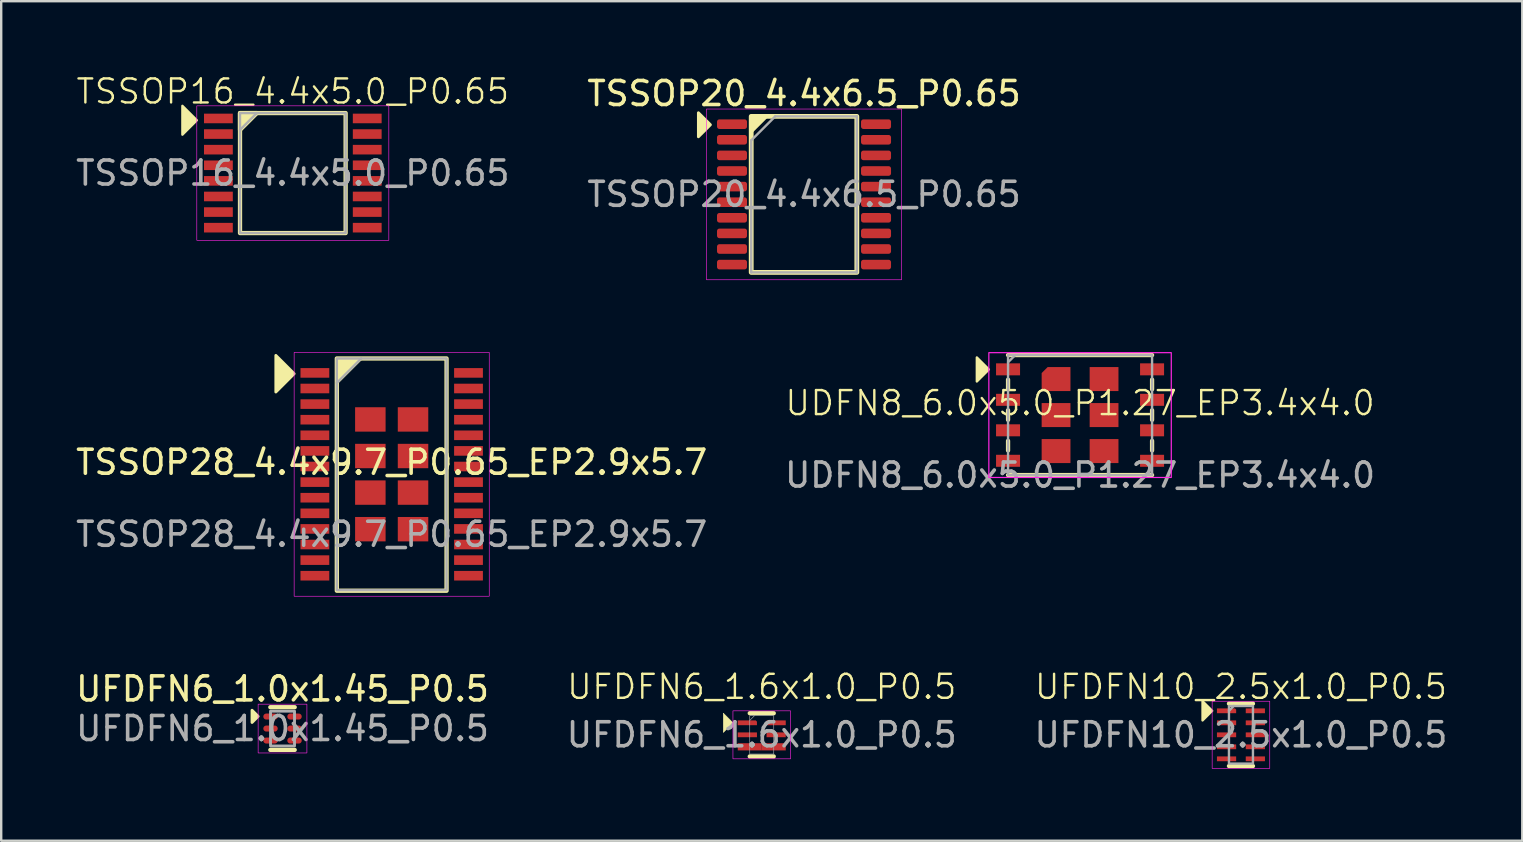
<source format=kicad_pcb>
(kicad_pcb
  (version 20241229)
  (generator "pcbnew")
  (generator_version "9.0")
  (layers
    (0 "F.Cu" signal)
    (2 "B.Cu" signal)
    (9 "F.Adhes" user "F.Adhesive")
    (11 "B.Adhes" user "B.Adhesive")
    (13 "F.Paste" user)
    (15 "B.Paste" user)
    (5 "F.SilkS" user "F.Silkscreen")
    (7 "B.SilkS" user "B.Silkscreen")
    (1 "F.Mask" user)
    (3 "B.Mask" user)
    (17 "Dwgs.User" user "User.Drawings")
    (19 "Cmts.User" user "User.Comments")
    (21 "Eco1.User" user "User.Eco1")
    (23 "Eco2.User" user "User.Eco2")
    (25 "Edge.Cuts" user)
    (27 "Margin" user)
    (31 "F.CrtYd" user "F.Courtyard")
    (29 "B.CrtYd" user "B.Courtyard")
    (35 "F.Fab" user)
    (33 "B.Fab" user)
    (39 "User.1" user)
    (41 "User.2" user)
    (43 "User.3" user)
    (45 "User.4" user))
  (footprint "UFDFN6_1.6x1.0_P0.5"
    (layer "F.Cu")
    (at 28.685 27.563)
    (property "Reference" "UFDFN6_1.6x1.0_P0.5" (at 0 -2 0) (unlocked yes) (layer "F.SilkS") (effects (font (size 1 1) (thickness 0.1))))
    (attr smd)
    (fp_line (start -0.5 -0.9) (end 0.5 -0.9) (stroke (width 0.178) (type default)) (layer "F.SilkS"))
    (fp_line (start 0.5 0.9) (end -0.5 0.9) (stroke (width 0.178) (type default)) (layer "F.SilkS"))
    (fp_poly (pts (xy -1.2 -0.5) (xy -1.6 -0.9) (xy -1.6 -0.1)) (stroke (width 0.025) (type solid)) (fill yes) (layer "F.SilkS"))
    (fp_rect (start -1.2 -1) (end 1.2 1) (stroke (width 0.025) (type default)) (fill no) (layer "F.CrtYd"))
    (fp_line (start -0.5 -0.6) (end -0.3 -0.8) (stroke (width 0.025) (type default)) (layer "F.Fab"))
    (fp_rect (start -0.5 -0.8) (end 0.5 0.8) (stroke (width 0.025) (type default)) (fill no) (layer "F.Fab"))
    (fp_text user "${REFERENCE}" (at 0 0 0) (unlocked yes) (layer "F.Fab") (effects (font (size 1 1) (thickness 0.15))))
    (pad "1" smd roundrect (at -0.6 -0.5) (size 0.8 0.2) (layers "F.Cu" "F.Mask" "F.Paste") (roundrect_rratio 0) (chamfer_ratio 0.25) (chamfer top_right))
    (pad "2" smd rect (at -0.6 0) (size 0.8 0.2) (layers "F.Cu" "F.Mask" "F.Paste"))
    (pad "3" smd rect (at -0.5 0.5) (size 1 0.3) (layers "F.Cu" "F.Mask" "F.Paste"))
    (pad "4" smd rect (at 0.5 0.5) (size 1 0.3) (layers "F.Cu" "F.Mask" "F.Paste"))
    (pad "5" smd rect (at 0.6 0) (size 0.8 0.2) (layers "F.Cu" "F.Mask" "F.Paste"))
    (pad "6" smd rect (at 0.6 -0.5) (size 0.8 0.2) (layers "F.Cu" "F.Mask" "F.Paste")))
  (footprint "TSSOP28_4.4x9.7_P0.65_EP2.9x5.7"
    (layer "F.Cu")
    (at 13.268 16.71)
    (property "Reference" "TSSOP28_4.4x9.7_P0.65_EP2.9x5.7" (at 0 -0.5 0) (unlocked yes) (layer "F.SilkS") (effects (font (size 1 1) (thickness 0.15))))
    (attr smd)
    (fp_rect (start -2.286 -4.826) (end 2.286 4.85) (stroke (width 0.178) (type solid)) (fill no) (layer "F.SilkS"))
    (fp_poly (pts (xy -4.064 -4.191) (xy -4.826 -3.429) (xy -4.826 -4.953)) (stroke (width 0.12) (type solid)) (fill yes) (layer "F.SilkS"))
    (fp_poly (pts (xy -2.286 -3.81) (xy -2.286 -4.826) (xy -1.27 -4.826)) (stroke (width 0.12) (type solid)) (fill yes) (layer "F.SilkS"))
    (fp_rect (start -4.064 -5.08) (end 4.064 5.08) (stroke (width 0.025) (type solid)) (fill no) (layer "F.CrtYd"))
    (fp_line (start -2.286 -3.81) (end -1.27 -4.826) (stroke (width 0.1) (type solid)) (layer "F.Fab"))
    (fp_rect (start -2.286 -4.826) (end 2.286 4.826) (stroke (width 0.1) (type solid)) (fill no) (layer "F.Fab"))
    (fp_text user "${REFERENCE}" (at 0 2.5 0) (unlocked yes) (layer "F.Fab") (effects (font (size 1 1) (thickness 0.15))))
    (pad "1" smd rect (at -3.2 -4.225) (size 1.2 0.4) (layers "F.Cu" "F.Mask" "F.Paste"))
    (pad "2" smd rect (at -3.2 -3.575) (size 1.2 0.4) (layers "F.Cu" "F.Mask" "F.Paste"))
    (pad "3" smd rect (at -3.2 -2.925) (size 1.2 0.4) (layers "F.Cu" "F.Mask" "F.Paste"))
    (pad "4" smd rect (at -3.2 -2.275) (size 1.2 0.4) (layers "F.Cu" "F.Mask" "F.Paste"))
    (pad "5" smd rect (at -3.2 -1.625) (size 1.2 0.4) (layers "F.Cu" "F.Mask" "F.Paste"))
    (pad "6" smd rect (at -3.2 -0.975) (size 1.2 0.4) (layers "F.Cu" "F.Mask" "F.Paste"))
    (pad "7" smd rect (at -3.2 -0.325) (size 1.2 0.4) (layers "F.Cu" "F.Mask" "F.Paste"))
    (pad "8" smd rect (at -3.2 0.325) (size 1.2 0.4) (layers "F.Cu" "F.Mask" "F.Paste"))
    (pad "9" smd rect (at -3.2 0.975) (size 1.2 0.4) (layers "F.Cu" "F.Mask" "F.Paste"))
    (pad "10" smd rect (at -3.2 1.625) (size 1.2 0.4) (layers "F.Cu" "F.Mask" "F.Paste"))
    (pad "11" smd rect (at -3.2 2.275) (size 1.2 0.4) (layers "F.Cu" "F.Mask" "F.Paste"))
    (pad "12" smd rect (at -3.2 2.925) (size 1.2 0.4) (layers "F.Cu" "F.Mask" "F.Paste"))
    (pad "13" smd rect (at -3.2 3.575) (size 1.2 0.4) (layers "F.Cu" "F.Mask" "F.Paste"))
    (pad "14" smd rect (at -3.2 4.225) (size 1.2 0.4) (layers "F.Cu" "F.Mask" "F.Paste"))
    (pad "15" smd rect (at 3.2 4.225) (size 1.2 0.4) (layers "F.Cu" "F.Mask" "F.Paste"))
    (pad "16" smd rect (at 3.2 3.575) (size 1.2 0.4) (layers "F.Cu" "F.Mask" "F.Paste"))
    (pad "17" smd rect (at 3.2 2.925) (size 1.2 0.4) (layers "F.Cu" "F.Mask" "F.Paste"))
    (pad "18" smd rect (at 3.2 2.275) (size 1.2 0.4) (layers "F.Cu" "F.Mask" "F.Paste"))
    (pad "19" smd rect (at 3.2 1.625) (size 1.2 0.4) (layers "F.Cu" "F.Mask" "F.Paste"))
    (pad "20" smd rect (at 3.2 0.975) (size 1.2 0.4) (layers "F.Cu" "F.Mask" "F.Paste"))
    (pad "21" smd rect (at 3.2 0.325) (size 1.2 0.4) (layers "F.Cu" "F.Mask" "F.Paste"))
    (pad "22" smd rect (at 3.2 -0.325) (size 1.2 0.4) (layers "F.Cu" "F.Mask" "F.Paste"))
    (pad "23" smd rect (at 3.2 -0.975) (size 1.2 0.4) (layers "F.Cu" "F.Mask" "F.Paste"))
    (pad "24" smd rect (at 3.2 -1.625) (size 1.2 0.4) (layers "F.Cu" "F.Mask" "F.Paste"))
    (pad "25" smd rect (at 3.2 -2.275) (size 1.2 0.4) (layers "F.Cu" "F.Mask" "F.Paste"))
    (pad "26" smd rect (at 3.2 -2.925) (size 1.2 0.4) (layers "F.Cu" "F.Mask" "F.Paste"))
    (pad "27" smd rect (at 3.2 -3.575) (size 1.2 0.4) (layers "F.Cu" "F.Mask" "F.Paste"))
    (pad "28" smd rect (at 3.2 -4.225) (size 1.2 0.4) (layers "F.Cu" "F.Mask" "F.Paste"))
    (pad "29" smd rect (at -0.889 -2.286) (size 1.27 1.016) (layers "F.Cu" "F.Mask" "F.Paste"))
    (pad "29" smd rect (at -0.889 -0.762) (size 1.27 1.016) (layers "F.Cu" "F.Mask" "F.Paste"))
    (pad "29" smd rect (at -0.889 0.762) (size 1.27 1.016) (layers "F.Cu" "F.Mask" "F.Paste"))
    (pad "29" smd rect (at -0.889 2.286) (size 1.27 1.016) (layers "F.Cu" "F.Mask" "F.Paste"))
    (pad "29" smd rect (at 0.889 -2.286) (size 1.27 1.016) (layers "F.Cu" "F.Mask" "F.Paste"))
    (pad "29" smd rect (at 0.889 -0.762) (size 1.27 1.016) (layers "F.Cu" "F.Mask" "F.Paste"))
    (pad "29" smd rect (at 0.889 0.762) (size 1.27 1.016) (layers "F.Cu" "F.Mask" "F.Paste"))
    (pad "29" smd rect (at 0.889 2.286) (size 1.27 1.016) (layers "F.Cu" "F.Mask" "F.Paste")))
  (footprint "TSSOP20_4.4x6.5_P0.65"
    (layer "F.Cu")
    (at 30.446 5.048)
    (property "Reference" "TSSOP20_4.4x6.5_P0.65" (at 0 -4.2 0) (layer "F.SilkS") (effects (font (size 1 1) (thickness 0.15))))
    (attr smd)
    (fp_rect (start -2.2 3.25) (end 2.2 -3.25) (stroke (width 0.2) (type solid)) (fill no) (layer "F.SilkS"))
    (fp_poly (pts (xy -3.9 -2.9) (xy -4.4 -2.4) (xy -4.4 -3.4)) (stroke (width 0.12) (type solid)) (fill yes) (layer "F.SilkS"))
    (fp_poly (pts (xy -2.2 -2.6) (xy -2.2 -3.2) (xy -1.6 -3.2)) (stroke (width 0.12) (type solid)) (fill yes) (layer "F.SilkS"))
    (fp_rect (start -4.064 -3.556) (end 4.064 3.556) (stroke (width 0.025) (type solid)) (fill no) (layer "F.CrtYd"))
    (fp_line (start -2.2 -2.25) (end -1.2 -3.25) (stroke (width 0.1) (type solid)) (layer "F.Fab"))
    (fp_line (start -2.2 3.25) (end -2.2 -2.25) (stroke (width 0.1) (type solid)) (layer "F.Fab"))
    (fp_line (start -1.2 -3.25) (end 2.2 -3.25) (stroke (width 0.1) (type solid)) (layer "F.Fab"))
    (fp_line (start 2.2 -3.25) (end 2.2 3.25) (stroke (width 0.1) (type solid)) (layer "F.Fab"))
    (fp_line (start 2.2 3.25) (end -2.2 3.25) (stroke (width 0.1) (type solid)) (layer "F.Fab"))
    (fp_text user "${REFERENCE}" (at 0 0 0) (layer "F.Fab") (effects (font (size 1 1) (thickness 0.15))))
    (pad "1" smd roundrect (at -3 -2.925) (size 1.25 0.4) (layers "F.Cu" "F.Mask" "F.Paste") (roundrect_rratio 0.25))
    (pad "2" smd roundrect (at -3 -2.275) (size 1.25 0.4) (layers "F.Cu" "F.Mask" "F.Paste") (roundrect_rratio 0.25))
    (pad "3" smd roundrect (at -3 -1.625) (size 1.25 0.4) (layers "F.Cu" "F.Mask" "F.Paste") (roundrect_rratio 0.25))
    (pad "4" smd roundrect (at -3 -0.975) (size 1.25 0.4) (layers "F.Cu" "F.Mask" "F.Paste") (roundrect_rratio 0.25))
    (pad "5" smd roundrect (at -3 -0.325) (size 1.25 0.4) (layers "F.Cu" "F.Mask" "F.Paste") (roundrect_rratio 0.25))
    (pad "6" smd roundrect (at -3 0.325) (size 1.25 0.4) (layers "F.Cu" "F.Mask" "F.Paste") (roundrect_rratio 0.25))
    (pad "7" smd roundrect (at -3 0.975) (size 1.25 0.4) (layers "F.Cu" "F.Mask" "F.Paste") (roundrect_rratio 0.25))
    (pad "8" smd roundrect (at -3 1.625) (size 1.25 0.4) (layers "F.Cu" "F.Mask" "F.Paste") (roundrect_rratio 0.25))
    (pad "9" smd roundrect (at -3 2.275) (size 1.25 0.4) (layers "F.Cu" "F.Mask" "F.Paste") (roundrect_rratio 0.25))
    (pad "10" smd roundrect (at -3 2.925) (size 1.25 0.4) (layers "F.Cu" "F.Mask" "F.Paste") (roundrect_rratio 0.25))
    (pad "11" smd roundrect (at 3 2.925) (size 1.25 0.4) (layers "F.Cu" "F.Mask" "F.Paste") (roundrect_rratio 0.25))
    (pad "12" smd roundrect (at 3 2.275) (size 1.25 0.4) (layers "F.Cu" "F.Mask" "F.Paste") (roundrect_rratio 0.25))
    (pad "13" smd roundrect (at 3 1.625) (size 1.25 0.4) (layers "F.Cu" "F.Mask" "F.Paste") (roundrect_rratio 0.25))
    (pad "14" smd roundrect (at 3 0.975) (size 1.25 0.4) (layers "F.Cu" "F.Mask" "F.Paste") (roundrect_rratio 0.25))
    (pad "15" smd roundrect (at 3 0.325) (size 1.25 0.4) (layers "F.Cu" "F.Mask" "F.Paste") (roundrect_rratio 0.25))
    (pad "16" smd roundrect (at 3 -0.325) (size 1.25 0.4) (layers "F.Cu" "F.Mask" "F.Paste") (roundrect_rratio 0.25))
    (pad "17" smd roundrect (at 3 -0.975) (size 1.25 0.4) (layers "F.Cu" "F.Mask" "F.Paste") (roundrect_rratio 0.25))
    (pad "18" smd roundrect (at 3 -1.625) (size 1.25 0.4) (layers "F.Cu" "F.Mask" "F.Paste") (roundrect_rratio 0.25))
    (pad "19" smd roundrect (at 3 -2.275) (size 1.25 0.4) (layers "F.Cu" "F.Mask" "F.Paste") (roundrect_rratio 0.25))
    (pad "20" smd roundrect (at 3 -2.925) (size 1.25 0.4) (layers "F.Cu" "F.Mask" "F.Paste") (roundrect_rratio 0.25)))
  (footprint "UFDFN6_1.0x1.45_P0.5"
    (layer "F.Cu")
    (at 8.72 27.302)
    (property "Reference" "UFDFN6_1.0x1.45_P0.5" (at 0 -1.651 0) (unlocked yes) (layer "F.SilkS") (effects (font (size 1 1) (thickness 0.15))))
    (attr smd)
    (fp_line (start -0.508 -0.889) (end 0.508 -0.889) (stroke (width 0.178) (type solid)) (layer "F.SilkS"))
    (fp_line (start -0.508 0.889) (end 0.508 0.889) (stroke (width 0.178) (type solid)) (layer "F.SilkS"))
    (fp_poly (pts (xy -1.016 -0.508) (xy -1.27 -0.254) (xy -1.27 -0.762)) (stroke (width 0.12) (type solid)) (fill yes) (layer "F.SilkS"))
    (fp_rect (start -1.016 -1.016) (end 1.016 1.016) (stroke (width 0.025) (type solid)) (fill no) (layer "F.CrtYd"))
    (fp_rect (start -0.5 -0.725) (end 0.5 0.725) (stroke (width 0.12) (type solid)) (fill no) (layer "F.Fab"))
    (fp_text user "${REFERENCE}" (at 0 0 0) (unlocked yes) (layer "F.Fab") (effects (font (size 1 1) (thickness 0.15))))
    (pad "1" smd oval (at -0.5 -0.5) (size 0.6 0.25) (layers "F.Cu" "F.Mask" "F.Paste"))
    (pad "2" smd oval (at -0.5 0) (size 0.6 0.25) (layers "F.Cu" "F.Mask" "F.Paste"))
    (pad "3" smd oval (at -0.5 0.5) (size 0.6 0.25) (layers "F.Cu" "F.Mask" "F.Paste"))
    (pad "4" smd oval (at 0.5 0.5) (size 0.6 0.25) (layers "F.Cu" "F.Mask" "F.Paste"))
    (pad "5" smd oval (at 0.5 0) (size 0.6 0.25) (layers "F.Cu" "F.Mask" "F.Paste"))
    (pad "6" smd oval (at 0.5 -0.5) (size 0.6 0.25) (layers "F.Cu" "F.Mask" "F.Paste")))
  (footprint "TSSOP16_4.4x5.0_P0.65"
    (layer "F.Cu")
    (at 9.149 4.16)
    (property "Reference" "TSSOP16_4.4x5.0_P0.65" (at 0 -3.4 0) (unlocked yes) (layer "F.SilkS") (effects (font (size 1 1) (thickness 0.1))))
    (attr smd)
    (fp_rect (start -2.2 -2.5) (end 2.2 2.5) (stroke (width 0.178) (type default)) (fill no) (layer "F.SilkS"))
    (fp_poly (pts (xy -4 -2.2) (xy -4.6 -2.8) (xy -4.6 -1.6)) (stroke (width 0.1) (type solid)) (fill yes) (layer "F.SilkS"))
    (fp_poly (pts (xy -2.2 -2.5) (xy -1.5 -2.5) (xy -2.2 -1.8)) (stroke (width 0.178) (type solid)) (fill yes) (layer "F.SilkS"))
    (fp_rect (start -4 -2.8) (end 4 2.8) (stroke (width 0.025) (type default)) (fill no) (layer "F.CrtYd"))
    (fp_line (start -2.2 -1.8) (end -1.5 -2.5) (stroke (width 0.1) (type default)) (layer "F.Fab"))
    (fp_rect (start -2.2 -2.5) (end 2.2 2.5) (stroke (width 0.1) (type default)) (fill no) (layer "F.Fab"))
    (fp_text user "${REFERENCE}" (at 0 0 0) (unlocked yes) (layer "F.Fab") (effects (font (size 1 1) (thickness 0.15))))
    (pad "1" smd rect (at -3.1 -2.275) (size 1.2 0.4) (layers "F.Cu" "F.Mask" "F.Paste"))
    (pad "2" smd rect (at -3.1 -1.625) (size 1.2 0.4) (layers "F.Cu" "F.Mask" "F.Paste"))
    (pad "3" smd rect (at -3.1 -0.975) (size 1.2 0.4) (layers "F.Cu" "F.Mask" "F.Paste"))
    (pad "4" smd rect (at -3.1 -0.325) (size 1.2 0.4) (layers "F.Cu" "F.Mask" "F.Paste"))
    (pad "5" smd rect (at -3.1 0.325) (size 1.2 0.4) (layers "F.Cu" "F.Mask" "F.Paste"))
    (pad "6" smd rect (at -3.1 0.975) (size 1.2 0.4) (layers "F.Cu" "F.Mask" "F.Paste"))
    (pad "7" smd rect (at -3.1 1.625) (size 1.2 0.4) (layers "F.Cu" "F.Mask" "F.Paste"))
    (pad "8" smd rect (at -3.1 2.275) (size 1.2 0.4) (layers "F.Cu" "F.Mask" "F.Paste"))
    (pad "9" smd rect (at 3.1 2.275) (size 1.2 0.4) (layers "F.Cu" "F.Mask" "F.Paste"))
    (pad "10" smd rect (at 3.1 1.625) (size 1.2 0.4) (layers "F.Cu" "F.Mask" "F.Paste"))
    (pad "11" smd rect (at 3.1 0.975) (size 1.2 0.4) (layers "F.Cu" "F.Mask" "F.Paste"))
    (pad "12" smd rect (at 3.1 0.325) (size 1.2 0.4) (layers "F.Cu" "F.Mask" "F.Paste"))
    (pad "13" smd rect (at 3.1 -0.325) (size 1.2 0.4) (layers "F.Cu" "F.Mask" "F.Paste"))
    (pad "14" smd rect (at 3.1 -0.975) (size 1.2 0.4) (layers "F.Cu" "F.Mask" "F.Paste"))
    (pad "15" smd rect (at 3.1 -1.625) (size 1.2 0.4) (layers "F.Cu" "F.Mask" "F.Paste"))
    (pad "16" smd rect (at 3.1 -2.275) (size 1.2 0.4) (layers "F.Cu" "F.Mask" "F.Paste")))
  (footprint "UDFN8_6.0x5.0_P1.27_EP3.4x4.0"
    (layer "F.Cu")
    (at 41.946 14.242)
    (property "Reference" "UDFN8_6.0x5.0_P1.27_EP3.4x4.0" (at 0 -0.5 0) (unlocked yes) (layer "F.SilkS") (effects (font (size 1 1) (thickness 0.1))))
    (attr smd)
    (fp_line (start -3 -2.5) (end 3 -2.5) (stroke (width 0.178) (type default)) (layer "F.SilkS"))
    (fp_line (start -3 -1.475) (end -3 -1.075) (stroke (width 0.178) (type default)) (layer "F.SilkS"))
    (fp_line (start -3 -0.2) (end -3 0.2) (stroke (width 0.178) (type default)) (layer "F.SilkS"))
    (fp_line (start -3 1.075) (end -3 1.475) (stroke (width 0.178) (type default)) (layer "F.SilkS"))
    (fp_line (start -3 2.5) (end 3 2.5) (stroke (width 0.178) (type default)) (layer "F.SilkS"))
    (fp_line (start 3 -1.475) (end 3 -1.075) (stroke (width 0.178) (type default)) (layer "F.SilkS"))
    (fp_line (start 3 -0.2) (end 3 0.2) (stroke (width 0.178) (type default)) (layer "F.SilkS"))
    (fp_line (start 3 1.075) (end 3 1.475) (stroke (width 0.178) (type default)) (layer "F.SilkS"))
    (fp_poly (pts (xy -3.8 -1.9) (xy -4.3 -2.4) (xy -4.3 -1.4)) (stroke (width 0.1) (type solid)) (fill yes) (layer "F.SilkS"))
    (fp_rect (start -3.8 2.6) (end 3.8 -2.6) (stroke (width 0.05) (type default)) (fill no) (layer "F.CrtYd"))
    (fp_line (start -3 -2.2) (end -2.7 -2.5) (stroke (width 0.1) (type default)) (layer "F.Fab"))
    (fp_rect (start -3 -2.5) (end 3 2.5) (stroke (width 0.1) (type default)) (fill no) (layer "F.Fab"))
    (fp_text user "${REFERENCE}" (at 0 2.5 0) (unlocked yes) (layer "F.Fab") (effects (font (size 1 1) (thickness 0.15))))
    (pad "1" smd rect (at -3 -1.905) (size 1 0.5) (layers "F.Cu" "F.Mask" "F.Paste"))
    (pad "2" smd rect (at -3 -0.635) (size 1 0.5) (layers "F.Cu" "F.Mask" "F.Paste"))
    (pad "3" smd rect (at -3 0.635) (size 1 0.5) (layers "F.Cu" "F.Mask" "F.Paste"))
    (pad "4" smd rect (at -3 1.905) (size 1 0.5) (layers "F.Cu" "F.Mask" "F.Paste"))
    (pad "5" smd rect (at 3 1.905) (size 1 0.5) (layers "F.Cu" "F.Mask" "F.Paste"))
    (pad "6" smd rect (at 3 0.635) (size 1 0.5) (layers "F.Cu" "F.Mask" "F.Paste"))
    (pad "7" smd rect (at 3 -0.635) (size 1 0.5) (layers "F.Cu" "F.Mask" "F.Paste"))
    (pad "8" smd rect (at 3 -1.905) (size 1 0.5) (layers "F.Cu" "F.Mask" "F.Paste"))
    (pad "9" smd roundrect (at -1 -1.5) (size 1.2 1) (layers "F.Cu" "F.Mask" "F.Paste") (roundrect_rratio 0) (chamfer_ratio 0.25) (chamfer top_left))
    (pad "9" smd rect (at -1 0) (size 1.2 1) (layers "F.Cu" "F.Mask" "F.Paste"))
    (pad "9" smd rect (at -1 1.5) (size 1.2 1) (layers "F.Cu" "F.Mask" "F.Paste"))
    (pad "9" smd rect (at 1 -1.5) (size 1.2 1) (layers "F.Cu" "F.Mask" "F.Paste"))
    (pad "9" smd rect (at 1 0) (size 1.2 1) (layers "F.Cu" "F.Mask" "F.Paste"))
    (pad "9" smd rect (at 1 1.5) (size 1.2 1) (layers "F.Cu" "F.Mask" "F.Paste")))
  (footprint "UFDFN10_2.5x1.0_P0.5"
    (layer "F.Cu")
    (at 48.649 27.563)
    (property "Reference" "UFDFN10_2.5x1.0_P0.5" (at 0 -2 0) (unlocked yes) (layer "F.SilkS") (effects (font (size 1 1) (thickness 0.1))))
    (attr smd)
    (fp_line (start -0.5 -1.3) (end 0.5 -1.3) (stroke (width 0.178) (type default)) (layer "F.SilkS"))
    (fp_line (start 0.5 1.3) (end -0.5 1.3) (stroke (width 0.178) (type default)) (layer "F.SilkS"))
    (fp_poly (pts (xy -1.2 -1) (xy -1.6 -1.4) (xy -1.6 -0.6)) (stroke (width 0.1) (type solid)) (fill yes) (layer "F.SilkS"))
    (fp_rect (start -1.2 -1.4) (end 1.2 1.4) (stroke (width 0.025) (type default)) (fill no) (layer "F.CrtYd"))
    (fp_line (start -0.5 -1) (end -0.3 -1.2) (stroke (width 0.1) (type default)) (layer "F.Fab"))
    (fp_rect (start -0.5 -1.2) (end 0.5 1.2) (stroke (width 0.1) (type default)) (fill no) (layer "F.Fab"))
    (fp_text user "${REFERENCE}" (at 0 0 0) (unlocked yes) (layer "F.Fab") (effects (font (size 1 1) (thickness 0.15))))
    (pad "1" smd roundrect (at -0.6 -1) (size 0.8 0.2) (layers "F.Cu" "F.Mask" "F.Paste") (roundrect_rratio 0) (chamfer_ratio 0.25) (chamfer top_right))
    (pad "2" smd rect (at -0.6 -0.5) (size 0.8 0.2) (layers "F.Cu" "F.Mask" "F.Paste"))
    (pad "3" smd rect (at -0.6 0) (size 0.8 0.2) (layers "F.Cu" "F.Mask" "F.Paste"))
    (pad "4" smd rect (at -0.6 0.5) (size 0.8 0.2) (layers "F.Cu" "F.Mask" "F.Paste"))
    (pad "5" smd rect (at -0.6 1) (size 0.8 0.2) (layers "F.Cu" "F.Mask" "F.Paste"))
    (pad "6" smd rect (at 0.6 1) (size 0.8 0.2) (layers "F.Cu" "F.Mask" "F.Paste"))
    (pad "7" smd rect (at 0.6 0.5) (size 0.8 0.2) (layers "F.Cu" "F.Mask" "F.Paste"))
    (pad "8" smd rect (at 0.6 0) (size 0.8 0.2) (layers "F.Cu" "F.Mask" "F.Paste"))
    (pad "9" smd rect (at 0.6 -0.5) (size 0.8 0.2) (layers "F.Cu" "F.Mask" "F.Paste"))
    (pad "10" smd rect (at 0.6 -1) (size 0.8 0.2) (layers "F.Cu" "F.Mask" "F.Paste")))
  (gr_rect
    (start -3 -3)
    (end 60.369 31.976)
    (stroke (width 0.1) (type default))
    (fill no)
    (layer "Edge.Cuts")))
</source>
